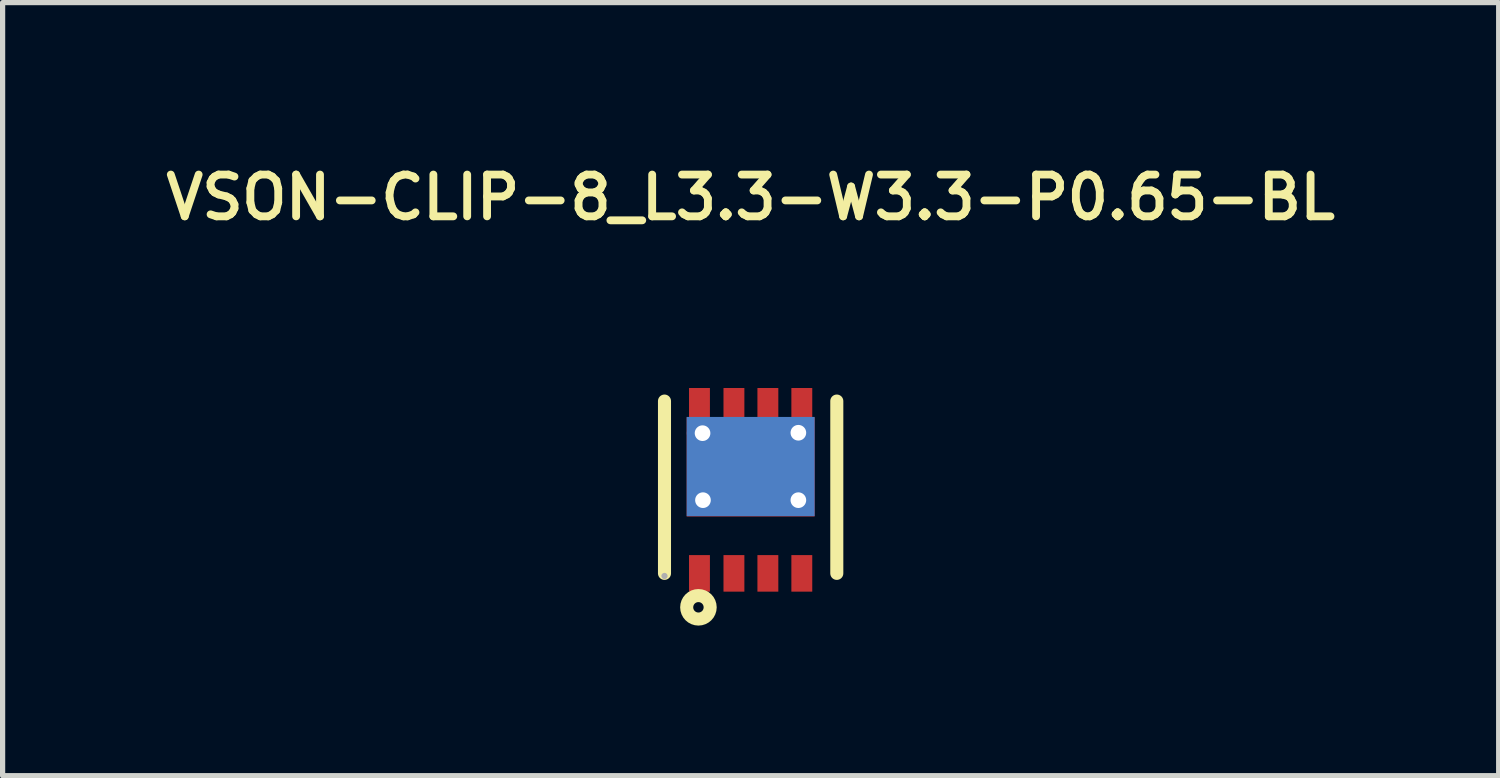
<source format=kicad_pcb>
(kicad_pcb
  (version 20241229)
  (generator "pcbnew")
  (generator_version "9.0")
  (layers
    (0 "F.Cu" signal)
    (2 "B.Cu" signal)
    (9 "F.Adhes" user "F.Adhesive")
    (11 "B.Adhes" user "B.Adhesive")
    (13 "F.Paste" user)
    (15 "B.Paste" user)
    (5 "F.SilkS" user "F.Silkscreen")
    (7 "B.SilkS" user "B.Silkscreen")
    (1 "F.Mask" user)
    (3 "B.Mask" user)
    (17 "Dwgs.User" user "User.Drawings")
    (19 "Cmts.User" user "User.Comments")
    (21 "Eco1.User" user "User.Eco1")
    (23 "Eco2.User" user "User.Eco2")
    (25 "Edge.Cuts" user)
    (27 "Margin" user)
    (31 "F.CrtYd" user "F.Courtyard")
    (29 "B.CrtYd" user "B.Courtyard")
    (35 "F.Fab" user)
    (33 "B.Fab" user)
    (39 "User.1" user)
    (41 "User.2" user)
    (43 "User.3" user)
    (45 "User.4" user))
  (footprint "VSON-CLIP-8_L3.3-W3.3-P0.65-BL"
    (layer "F.Cu")
    (at 11.326 6.331)
    (property "Reference" "VSON-CLIP-8_L3.3-W3.3-P0.65-BL" (at 0 -5.6 0) (layer "F.SilkS") (effects (font (size 0.8 0.8) (thickness 0.15))))
    (attr smd)
    (fp_line (start -1.65 -1.7) (end -1.65 1.6) (stroke (width 0.25) (type solid)) (layer "F.SilkS"))
    (fp_line (start 1.65 -1.7) (end 1.65 1.6) (stroke (width 0.25) (type solid)) (layer "F.SilkS"))
    (fp_circle (center -1 2.25) (end -0.9 2.25) (stroke (width 0.25) (type solid)) (fill no) (layer "F.SilkS"))
    (fp_circle (center -1.65 1.65) (end -1.62 1.65) (stroke (width 0.06) (type solid)) (fill no) (layer "F.Fab"))
    (pad "1" smd rect (at -0.98 1.6) (size 0.4 0.7) (layers "F.Cu" "F.Mask" "F.Paste"))
    (pad "2" smd rect (at -0.32 1.6) (size 0.4 0.7) (layers "F.Cu" "F.Mask" "F.Paste"))
    (pad "3" smd rect (at 0.33 1.6) (size 0.4 0.7) (layers "F.Cu" "F.Mask" "F.Paste"))
    (pad "4" smd rect (at 0.98 1.6) (size 0.4 0.7) (layers "F.Cu" "F.Mask" "F.Paste"))
    (pad "5" smd rect (at 0.98 -1.6) (size 0.4 0.7) (layers "F.Cu" "F.Mask" "F.Paste"))
    (pad "6" smd rect (at 0.33 -1.6) (size 0.4 0.7) (layers "F.Cu" "F.Mask" "F.Paste"))
    (pad "7" smd rect (at -0.32 -1.6) (size 0.4 0.7) (layers "F.Cu" "F.Mask" "F.Paste"))
    (pad "8" smd rect (at -0.98 -1.6) (size 0.4 0.7) (layers "F.Cu" "F.Mask" "F.Paste"))
    (pad "8" thru_hole circle (at -0.921 -1.085) (size 0.6 0.6) (drill 0.3) (layers "*.Cu" "*.Paste" "*.Mask"))
    (pad "8" thru_hole circle (at -0.913 0.198) (size 0.6 0.6) (drill 0.3) (layers "*.Cu" "*.Paste" "*.Mask"))
    (pad "8" smd rect (at 0 -0.446) (size 2.45 1.9) (layers "B.Cu" "B.Mask" "B.Paste"))
    (pad "8" smd rect (at 0 -0.44) (size 2.45 1.9) (layers "F.Cu" "F.Mask" "F.Paste"))
    (pad "8" thru_hole circle (at 0.914 -1.093) (size 0.6 0.6) (drill 0.3) (layers "*.Cu" "*.Paste" "*.Mask"))
    (pad "8" thru_hole circle (at 0.914 0.198) (size 0.6 0.6) (drill 0.3) (layers "*.Cu" "*.Paste" "*.Mask")))
  (gr_rect
    (start -3 -3)
    (end 25.652 11.806)
    (stroke (width 0.1) (type default))
    (fill no)
    (layer "Edge.Cuts")))
</source>
